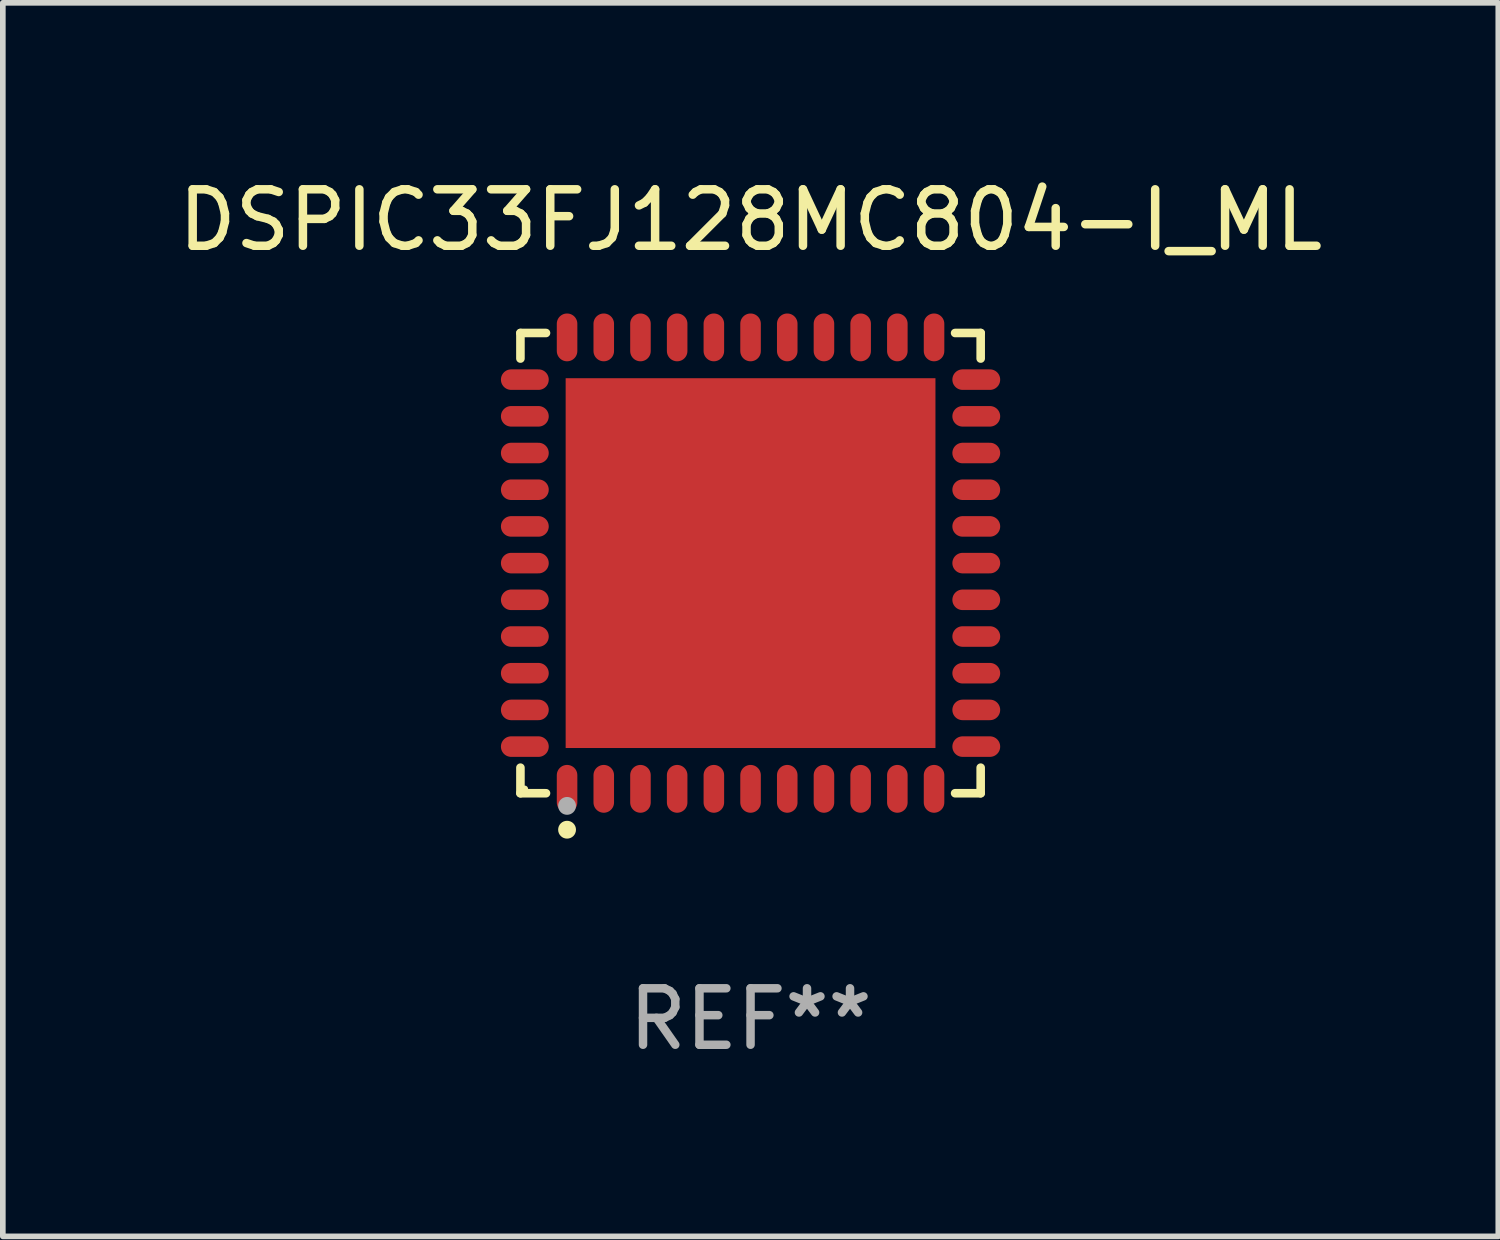
<source format=kicad_pcb>
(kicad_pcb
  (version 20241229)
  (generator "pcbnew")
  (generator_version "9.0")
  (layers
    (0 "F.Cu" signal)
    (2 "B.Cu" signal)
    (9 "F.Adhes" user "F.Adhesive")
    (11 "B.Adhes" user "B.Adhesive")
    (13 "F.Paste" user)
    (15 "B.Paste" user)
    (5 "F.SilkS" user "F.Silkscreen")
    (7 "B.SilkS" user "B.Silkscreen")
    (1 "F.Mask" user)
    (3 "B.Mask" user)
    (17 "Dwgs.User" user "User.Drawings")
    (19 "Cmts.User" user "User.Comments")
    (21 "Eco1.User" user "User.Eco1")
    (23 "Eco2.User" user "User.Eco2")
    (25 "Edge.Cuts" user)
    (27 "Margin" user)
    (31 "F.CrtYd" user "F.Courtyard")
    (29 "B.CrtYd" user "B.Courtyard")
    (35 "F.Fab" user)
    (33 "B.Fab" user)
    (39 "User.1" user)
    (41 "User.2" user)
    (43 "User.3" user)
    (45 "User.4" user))
  (footprint "DSPIC33FJ128MC804-I_ML"
    (layer "F.Cu")
    (at 10.244 6.924)
    (property "Reference" "DSPIC33FJ128MC804-I_ML" (at 0 -6.076 0) (layer "F.SilkS") (effects (font (size 1 1) (thickness 0.15))))
    (attr through_hole)
    (fp_line (start -4.076 -4.076) (end -3.623 -4.076) (stroke (width 0.152) (type solid)) (layer "F.SilkS"))
    (fp_line (start -4.076 -3.623) (end -4.076 -4.076) (stroke (width 0.152) (type solid)) (layer "F.SilkS"))
    (fp_line (start -4.076 3.623) (end -4.076 4.076) (stroke (width 0.152) (type solid)) (layer "F.SilkS"))
    (fp_line (start -4.076 4.076) (end -3.623 4.076) (stroke (width 0.152) (type solid)) (layer "F.SilkS"))
    (fp_line (start 4.076 -4.076) (end 3.623 -4.076) (stroke (width 0.152) (type solid)) (layer "F.SilkS"))
    (fp_line (start 4.076 -3.623) (end 4.076 -4.076) (stroke (width 0.152) (type solid)) (layer "F.SilkS"))
    (fp_line (start 4.076 3.623) (end 4.076 4.076) (stroke (width 0.152) (type solid)) (layer "F.SilkS"))
    (fp_line (start 4.076 4.076) (end 3.623 4.076) (stroke (width 0.152) (type solid)) (layer "F.SilkS"))
    (fp_circle (center -4 4) (end -3.97 4) (stroke (width 0.06) (type solid)) (fill no) (layer "F.SilkS"))
    (fp_circle (center -3.25 4.722) (end -3.171 4.722) (stroke (width 0.158) (type solid)) (fill no) (layer "F.SilkS"))
    (fp_circle (center -3.25 4.3) (end -3.171 4.3) (stroke (width 0.158) (type solid)) (fill no) (layer "F.Fab"))
    (fp_text user "REF**" (at 0 8.076 0) (layer "F.Fab") (effects (font (size 1 1) (thickness 0.15))))
    (pad "1" smd oval (at -3.25 3.998) (size 0.364 0.847) (layers "F.Cu" "F.Mask" "F.Paste"))
    (pad "2" smd oval (at -2.6 3.998) (size 0.364 0.847) (layers "F.Cu" "F.Mask" "F.Paste"))
    (pad "3" smd oval (at -1.95 3.998) (size 0.364 0.847) (layers "F.Cu" "F.Mask" "F.Paste"))
    (pad "4" smd oval (at -1.3 3.998) (size 0.364 0.847) (layers "F.Cu" "F.Mask" "F.Paste"))
    (pad "5" smd oval (at -0.65 3.998) (size 0.364 0.847) (layers "F.Cu" "F.Mask" "F.Paste"))
    (pad "6" smd oval (at 0 3.998) (size 0.364 0.847) (layers "F.Cu" "F.Mask" "F.Paste"))
    (pad "7" smd oval (at 0.65 3.998) (size 0.364 0.847) (layers "F.Cu" "F.Mask" "F.Paste"))
    (pad "8" smd oval (at 1.3 3.998) (size 0.364 0.847) (layers "F.Cu" "F.Mask" "F.Paste"))
    (pad "9" smd oval (at 1.95 3.998) (size 0.364 0.847) (layers "F.Cu" "F.Mask" "F.Paste"))
    (pad "10" smd oval (at 2.6 3.998) (size 0.364 0.847) (layers "F.Cu" "F.Mask" "F.Paste"))
    (pad "11" smd oval (at 3.25 3.998) (size 0.364 0.847) (layers "F.Cu" "F.Mask" "F.Paste"))
    (pad "12" smd oval (at 3.998 3.25) (size 0.847 0.364) (layers "F.Cu" "F.Mask" "F.Paste"))
    (pad "13" smd oval (at 3.998 2.6) (size 0.847 0.364) (layers "F.Cu" "F.Mask" "F.Paste"))
    (pad "14" smd oval (at 3.998 1.95) (size 0.847 0.364) (layers "F.Cu" "F.Mask" "F.Paste"))
    (pad "15" smd oval (at 3.998 1.3) (size 0.847 0.364) (layers "F.Cu" "F.Mask" "F.Paste"))
    (pad "16" smd oval (at 3.998 0.65) (size 0.847 0.364) (layers "F.Cu" "F.Mask" "F.Paste"))
    (pad "17" smd oval (at 3.998 0) (size 0.847 0.364) (layers "F.Cu" "F.Mask" "F.Paste"))
    (pad "18" smd oval (at 3.998 -0.65) (size 0.847 0.364) (layers "F.Cu" "F.Mask" "F.Paste"))
    (pad "19" smd oval (at 3.998 -1.3) (size 0.847 0.364) (layers "F.Cu" "F.Mask" "F.Paste"))
    (pad "20" smd oval (at 3.998 -1.95) (size 0.847 0.364) (layers "F.Cu" "F.Mask" "F.Paste"))
    (pad "21" smd oval (at 3.998 -2.6) (size 0.847 0.364) (layers "F.Cu" "F.Mask" "F.Paste"))
    (pad "22" smd oval (at 3.998 -3.25) (size 0.847 0.364) (layers "F.Cu" "F.Mask" "F.Paste"))
    (pad "23" smd oval (at 3.25 -3.998) (size 0.364 0.847) (layers "F.Cu" "F.Mask" "F.Paste"))
    (pad "24" smd oval (at 2.6 -3.998) (size 0.364 0.847) (layers "F.Cu" "F.Mask" "F.Paste"))
    (pad "25" smd oval (at 1.95 -3.998) (size 0.364 0.847) (layers "F.Cu" "F.Mask" "F.Paste"))
    (pad "26" smd oval (at 1.3 -3.998) (size 0.364 0.847) (layers "F.Cu" "F.Mask" "F.Paste"))
    (pad "27" smd oval (at 0.65 -3.998) (size 0.364 0.847) (layers "F.Cu" "F.Mask" "F.Paste"))
    (pad "28" smd oval (at 0 -3.998) (size 0.364 0.847) (layers "F.Cu" "F.Mask" "F.Paste"))
    (pad "29" smd oval (at -0.65 -3.998) (size 0.364 0.847) (layers "F.Cu" "F.Mask" "F.Paste"))
    (pad "30" smd oval (at -1.3 -3.998) (size 0.364 0.847) (layers "F.Cu" "F.Mask" "F.Paste"))
    (pad "31" smd oval (at -1.95 -3.998) (size 0.364 0.847) (layers "F.Cu" "F.Mask" "F.Paste"))
    (pad "32" smd oval (at -2.6 -3.998) (size 0.364 0.847) (layers "F.Cu" "F.Mask" "F.Paste"))
    (pad "33" smd oval (at -3.25 -3.998) (size 0.364 0.847) (layers "F.Cu" "F.Mask" "F.Paste"))
    (pad "34" smd oval (at -3.998 -3.25) (size 0.847 0.364) (layers "F.Cu" "F.Mask" "F.Paste"))
    (pad "35" smd oval (at -3.998 -2.6) (size 0.847 0.364) (layers "F.Cu" "F.Mask" "F.Paste"))
    (pad "36" smd oval (at -3.998 -1.95) (size 0.847 0.364) (layers "F.Cu" "F.Mask" "F.Paste"))
    (pad "37" smd oval (at -3.998 -1.3) (size 0.847 0.364) (layers "F.Cu" "F.Mask" "F.Paste"))
    (pad "38" smd oval (at -3.998 -0.65) (size 0.847 0.364) (layers "F.Cu" "F.Mask" "F.Paste"))
    (pad "39" smd oval (at -3.998 0) (size 0.847 0.364) (layers "F.Cu" "F.Mask" "F.Paste"))
    (pad "40" smd oval (at -3.998 0.65) (size 0.847 0.364) (layers "F.Cu" "F.Mask" "F.Paste"))
    (pad "41" smd oval (at -3.998 1.3) (size 0.847 0.364) (layers "F.Cu" "F.Mask" "F.Paste"))
    (pad "42" smd oval (at -3.998 1.95) (size 0.847 0.364) (layers "F.Cu" "F.Mask" "F.Paste"))
    (pad "43" smd oval (at -3.998 2.6) (size 0.847 0.364) (layers "F.Cu" "F.Mask" "F.Paste"))
    (pad "44" smd oval (at -3.998 3.25) (size 0.847 0.364) (layers "F.Cu" "F.Mask" "F.Paste"))
    (pad "45" smd rect (at 0 0) (size 6.55 6.55) (layers "F.Cu" "F.Mask" "F.Paste")))
  (gr_rect
    (start -3 -3)
    (end 23.488 18.849)
    (stroke (width 0.1) (type default))
    (fill no)
    (layer "Edge.Cuts")))
</source>
